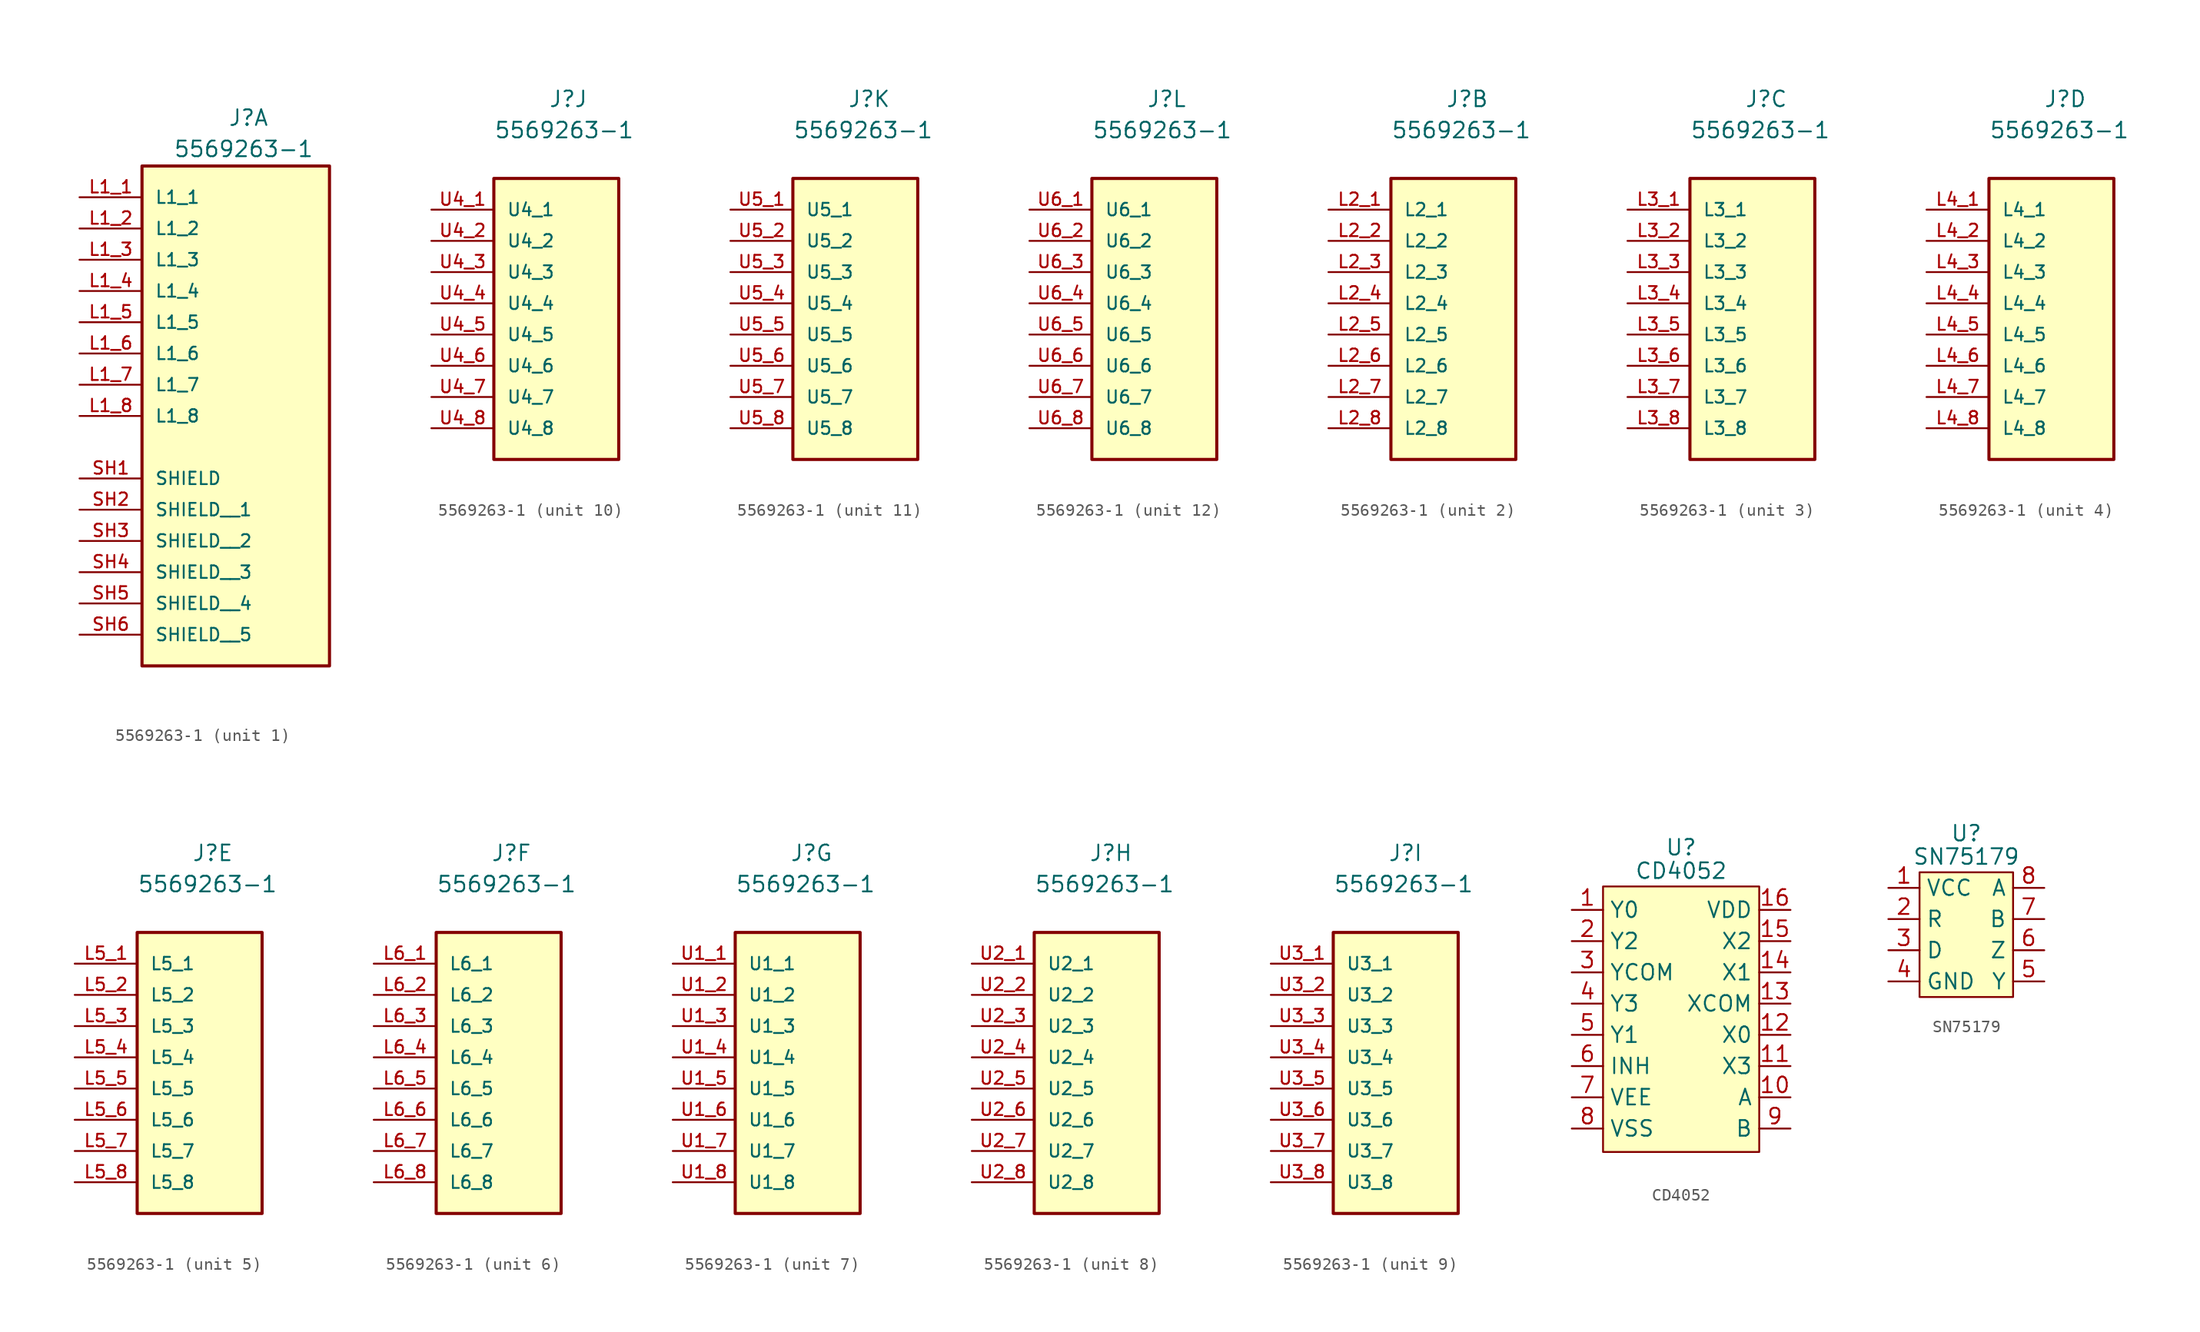
<source format=kicad_sym>
(kicad_symbol_lib
  (version 20220914)
  (generator kicad_symbol_editor)
  (symbol "5569263-1"
    (pin_names
      (offset 1.016))
    (property "Reference" "J"
      (at -0.635 15.875 0)
      (effects (font (size 1.27 1.27)) (justify left bottom)))
    (property "Value" "5569263-1"
      (at -5.08 13.335 0)
      (effects (font (size 1.27 1.27)) (justify left bottom)))
    (symbol "5569263-1_1_0"
      (rectangle (start -7.62 12.7) (end 7.62 -27.94) (stroke (width 0.254) (type default)) (fill (type background)))
      (pin passive line (at -12.7 10.16 0) (length 5.08) (name "L1_1" (effects (font (size 1.016 1.016)))) (number "L1_1" (effects (font (size 1.016 1.016)))))
      (pin passive line (at -12.7 7.62 0) (length 5.08) (name "L1_2" (effects (font (size 1.016 1.016)))) (number "L1_2" (effects (font (size 1.016 1.016)))))
      (pin passive line (at -12.7 5.08 0) (length 5.08) (name "L1_3" (effects (font (size 1.016 1.016)))) (number "L1_3" (effects (font (size 1.016 1.016)))))
      (pin passive line (at -12.7 2.54 0) (length 5.08) (name "L1_4" (effects (font (size 1.016 1.016)))) (number "L1_4" (effects (font (size 1.016 1.016)))))
      (pin passive line (at -12.7 0 0) (length 5.08) (name "L1_5" (effects (font (size 1.016 1.016)))) (number "L1_5" (effects (font (size 1.016 1.016)))))
      (pin passive line (at -12.7 -2.54 0) (length 5.08) (name "L1_6" (effects (font (size 1.016 1.016)))) (number "L1_6" (effects (font (size 1.016 1.016)))))
      (pin passive line (at -12.7 -5.08 0) (length 5.08) (name "L1_7" (effects (font (size 1.016 1.016)))) (number "L1_7" (effects (font (size 1.016 1.016)))))
      (pin passive line (at -12.7 -7.62 0) (length 5.08) (name "L1_8" (effects (font (size 1.016 1.016)))) (number "L1_8" (effects (font (size 1.016 1.016)))))
      (pin passive line (at -12.7 -12.7 0) (length 5.08) (name "SHIELD" (effects (font (size 1.016 1.016)))) (number "SH1" (effects (font (size 1.016 1.016)))))
      (pin passive line (at -12.7 -15.24 0) (length 5.08) (name "SHIELD__1" (effects (font (size 1.016 1.016)))) (number "SH2" (effects (font (size 1.016 1.016)))))
      (pin passive line (at -12.7 -17.78 0) (length 5.08) (name "SHIELD__2" (effects (font (size 1.016 1.016)))) (number "SH3" (effects (font (size 1.016 1.016)))))
      (pin passive line (at -12.7 -20.32 0) (length 5.08) (name "SHIELD__3" (effects (font (size 1.016 1.016)))) (number "SH4" (effects (font (size 1.016 1.016)))))
      (pin passive line (at -12.7 -22.86 0) (length 5.08) (name "SHIELD__4" (effects (font (size 1.016 1.016)))) (number "SH5" (effects (font (size 1.016 1.016)))))
      (pin passive line (at -12.7 -25.4 0) (length 5.08) (name "SHIELD__5" (effects (font (size 1.016 1.016)))) (number "SH6" (effects (font (size 1.016 1.016))))))
    (symbol "5569263-1_2_0"
      (rectangle (start -5.08 -12.7) (end 5.08 10.16) (stroke (width 0.254) (type default)) (fill (type background)))
      (pin passive line (at -10.16 7.62 0) (length 5.08) (name "L2_1" (effects (font (size 1.016 1.016)))) (number "L2_1" (effects (font (size 1.016 1.016)))))
      (pin passive line (at -10.16 5.08 0) (length 5.08) (name "L2_2" (effects (font (size 1.016 1.016)))) (number "L2_2" (effects (font (size 1.016 1.016)))))
      (pin passive line (at -10.16 2.54 0) (length 5.08) (name "L2_3" (effects (font (size 1.016 1.016)))) (number "L2_3" (effects (font (size 1.016 1.016)))))
      (pin passive line (at -10.16 0 0) (length 5.08) (name "L2_4" (effects (font (size 1.016 1.016)))) (number "L2_4" (effects (font (size 1.016 1.016)))))
      (pin passive line (at -10.16 -2.54 0) (length 5.08) (name "L2_5" (effects (font (size 1.016 1.016)))) (number "L2_5" (effects (font (size 1.016 1.016)))))
      (pin passive line (at -10.16 -5.08 0) (length 5.08) (name "L2_6" (effects (font (size 1.016 1.016)))) (number "L2_6" (effects (font (size 1.016 1.016)))))
      (pin passive line (at -10.16 -7.62 0) (length 5.08) (name "L2_7" (effects (font (size 1.016 1.016)))) (number "L2_7" (effects (font (size 1.016 1.016)))))
      (pin passive line (at -10.16 -10.16 0) (length 5.08) (name "L2_8" (effects (font (size 1.016 1.016)))) (number "L2_8" (effects (font (size 1.016 1.016))))))
    (symbol "5569263-1_3_0"
      (rectangle (start -5.08 -12.7) (end 5.08 10.16) (stroke (width 0.254) (type default)) (fill (type background)))
      (pin passive line (at -10.16 7.62 0) (length 5.08) (name "L3_1" (effects (font (size 1.016 1.016)))) (number "L3_1" (effects (font (size 1.016 1.016)))))
      (pin passive line (at -10.16 5.08 0) (length 5.08) (name "L3_2" (effects (font (size 1.016 1.016)))) (number "L3_2" (effects (font (size 1.016 1.016)))))
      (pin passive line (at -10.16 2.54 0) (length 5.08) (name "L3_3" (effects (font (size 1.016 1.016)))) (number "L3_3" (effects (font (size 1.016 1.016)))))
      (pin passive line (at -10.16 0 0) (length 5.08) (name "L3_4" (effects (font (size 1.016 1.016)))) (number "L3_4" (effects (font (size 1.016 1.016)))))
      (pin passive line (at -10.16 -2.54 0) (length 5.08) (name "L3_5" (effects (font (size 1.016 1.016)))) (number "L3_5" (effects (font (size 1.016 1.016)))))
      (pin passive line (at -10.16 -5.08 0) (length 5.08) (name "L3_6" (effects (font (size 1.016 1.016)))) (number "L3_6" (effects (font (size 1.016 1.016)))))
      (pin passive line (at -10.16 -7.62 0) (length 5.08) (name "L3_7" (effects (font (size 1.016 1.016)))) (number "L3_7" (effects (font (size 1.016 1.016)))))
      (pin passive line (at -10.16 -10.16 0) (length 5.08) (name "L3_8" (effects (font (size 1.016 1.016)))) (number "L3_8" (effects (font (size 1.016 1.016))))))
    (symbol "5569263-1_4_0"
      (rectangle (start -5.08 -12.7) (end 5.08 10.16) (stroke (width 0.254) (type default)) (fill (type background)))
      (pin passive line (at -10.16 7.62 0) (length 5.08) (name "L4_1" (effects (font (size 1.016 1.016)))) (number "L4_1" (effects (font (size 1.016 1.016)))))
      (pin passive line (at -10.16 5.08 0) (length 5.08) (name "L4_2" (effects (font (size 1.016 1.016)))) (number "L4_2" (effects (font (size 1.016 1.016)))))
      (pin passive line (at -10.16 2.54 0) (length 5.08) (name "L4_3" (effects (font (size 1.016 1.016)))) (number "L4_3" (effects (font (size 1.016 1.016)))))
      (pin passive line (at -10.16 0 0) (length 5.08) (name "L4_4" (effects (font (size 1.016 1.016)))) (number "L4_4" (effects (font (size 1.016 1.016)))))
      (pin passive line (at -10.16 -2.54 0) (length 5.08) (name "L4_5" (effects (font (size 1.016 1.016)))) (number "L4_5" (effects (font (size 1.016 1.016)))))
      (pin passive line (at -10.16 -5.08 0) (length 5.08) (name "L4_6" (effects (font (size 1.016 1.016)))) (number "L4_6" (effects (font (size 1.016 1.016)))))
      (pin passive line (at -10.16 -7.62 0) (length 5.08) (name "L4_7" (effects (font (size 1.016 1.016)))) (number "L4_7" (effects (font (size 1.016 1.016)))))
      (pin passive line (at -10.16 -10.16 0) (length 5.08) (name "L4_8" (effects (font (size 1.016 1.016)))) (number "L4_8" (effects (font (size 1.016 1.016))))))
    (symbol "5569263-1_5_0"
      (rectangle (start -5.08 -12.7) (end 5.08 10.16) (stroke (width 0.254) (type default)) (fill (type background)))
      (pin passive line (at -10.16 7.62 0) (length 5.08) (name "L5_1" (effects (font (size 1.016 1.016)))) (number "L5_1" (effects (font (size 1.016 1.016)))))
      (pin passive line (at -10.16 5.08 0) (length 5.08) (name "L5_2" (effects (font (size 1.016 1.016)))) (number "L5_2" (effects (font (size 1.016 1.016)))))
      (pin passive line (at -10.16 2.54 0) (length 5.08) (name "L5_3" (effects (font (size 1.016 1.016)))) (number "L5_3" (effects (font (size 1.016 1.016)))))
      (pin passive line (at -10.16 0 0) (length 5.08) (name "L5_4" (effects (font (size 1.016 1.016)))) (number "L5_4" (effects (font (size 1.016 1.016)))))
      (pin passive line (at -10.16 -2.54 0) (length 5.08) (name "L5_5" (effects (font (size 1.016 1.016)))) (number "L5_5" (effects (font (size 1.016 1.016)))))
      (pin passive line (at -10.16 -5.08 0) (length 5.08) (name "L5_6" (effects (font (size 1.016 1.016)))) (number "L5_6" (effects (font (size 1.016 1.016)))))
      (pin passive line (at -10.16 -7.62 0) (length 5.08) (name "L5_7" (effects (font (size 1.016 1.016)))) (number "L5_7" (effects (font (size 1.016 1.016)))))
      (pin passive line (at -10.16 -10.16 0) (length 5.08) (name "L5_8" (effects (font (size 1.016 1.016)))) (number "L5_8" (effects (font (size 1.016 1.016))))))
    (symbol "5569263-1_6_0"
      (rectangle (start -5.08 -12.7) (end 5.08 10.16) (stroke (width 0.254) (type default)) (fill (type background)))
      (pin passive line (at -10.16 7.62 0) (length 5.08) (name "L6_1" (effects (font (size 1.016 1.016)))) (number "L6_1" (effects (font (size 1.016 1.016)))))
      (pin passive line (at -10.16 5.08 0) (length 5.08) (name "L6_2" (effects (font (size 1.016 1.016)))) (number "L6_2" (effects (font (size 1.016 1.016)))))
      (pin passive line (at -10.16 2.54 0) (length 5.08) (name "L6_3" (effects (font (size 1.016 1.016)))) (number "L6_3" (effects (font (size 1.016 1.016)))))
      (pin passive line (at -10.16 0 0) (length 5.08) (name "L6_4" (effects (font (size 1.016 1.016)))) (number "L6_4" (effects (font (size 1.016 1.016)))))
      (pin passive line (at -10.16 -2.54 0) (length 5.08) (name "L6_5" (effects (font (size 1.016 1.016)))) (number "L6_5" (effects (font (size 1.016 1.016)))))
      (pin passive line (at -10.16 -5.08 0) (length 5.08) (name "L6_6" (effects (font (size 1.016 1.016)))) (number "L6_6" (effects (font (size 1.016 1.016)))))
      (pin passive line (at -10.16 -7.62 0) (length 5.08) (name "L6_7" (effects (font (size 1.016 1.016)))) (number "L6_7" (effects (font (size 1.016 1.016)))))
      (pin passive line (at -10.16 -10.16 0) (length 5.08) (name "L6_8" (effects (font (size 1.016 1.016)))) (number "L6_8" (effects (font (size 1.016 1.016))))))
    (symbol "5569263-1_7_0"
      (rectangle (start -5.08 -12.7) (end 5.08 10.16) (stroke (width 0.254) (type default)) (fill (type background)))
      (pin passive line (at -10.16 7.62 0) (length 5.08) (name "U1_1" (effects (font (size 1.016 1.016)))) (number "U1_1" (effects (font (size 1.016 1.016)))))
      (pin passive line (at -10.16 5.08 0) (length 5.08) (name "U1_2" (effects (font (size 1.016 1.016)))) (number "U1_2" (effects (font (size 1.016 1.016)))))
      (pin passive line (at -10.16 2.54 0) (length 5.08) (name "U1_3" (effects (font (size 1.016 1.016)))) (number "U1_3" (effects (font (size 1.016 1.016)))))
      (pin passive line (at -10.16 0 0) (length 5.08) (name "U1_4" (effects (font (size 1.016 1.016)))) (number "U1_4" (effects (font (size 1.016 1.016)))))
      (pin passive line (at -10.16 -2.54 0) (length 5.08) (name "U1_5" (effects (font (size 1.016 1.016)))) (number "U1_5" (effects (font (size 1.016 1.016)))))
      (pin passive line (at -10.16 -5.08 0) (length 5.08) (name "U1_6" (effects (font (size 1.016 1.016)))) (number "U1_6" (effects (font (size 1.016 1.016)))))
      (pin passive line (at -10.16 -7.62 0) (length 5.08) (name "U1_7" (effects (font (size 1.016 1.016)))) (number "U1_7" (effects (font (size 1.016 1.016)))))
      (pin passive line (at -10.16 -10.16 0) (length 5.08) (name "U1_8" (effects (font (size 1.016 1.016)))) (number "U1_8" (effects (font (size 1.016 1.016))))))
    (symbol "5569263-1_8_0"
      (rectangle (start -5.08 -12.7) (end 5.08 10.16) (stroke (width 0.254) (type default)) (fill (type background)))
      (pin passive line (at -10.16 7.62 0) (length 5.08) (name "U2_1" (effects (font (size 1.016 1.016)))) (number "U2_1" (effects (font (size 1.016 1.016)))))
      (pin passive line (at -10.16 5.08 0) (length 5.08) (name "U2_2" (effects (font (size 1.016 1.016)))) (number "U2_2" (effects (font (size 1.016 1.016)))))
      (pin passive line (at -10.16 2.54 0) (length 5.08) (name "U2_3" (effects (font (size 1.016 1.016)))) (number "U2_3" (effects (font (size 1.016 1.016)))))
      (pin passive line (at -10.16 0 0) (length 5.08) (name "U2_4" (effects (font (size 1.016 1.016)))) (number "U2_4" (effects (font (size 1.016 1.016)))))
      (pin passive line (at -10.16 -2.54 0) (length 5.08) (name "U2_5" (effects (font (size 1.016 1.016)))) (number "U2_5" (effects (font (size 1.016 1.016)))))
      (pin passive line (at -10.16 -5.08 0) (length 5.08) (name "U2_6" (effects (font (size 1.016 1.016)))) (number "U2_6" (effects (font (size 1.016 1.016)))))
      (pin passive line (at -10.16 -7.62 0) (length 5.08) (name "U2_7" (effects (font (size 1.016 1.016)))) (number "U2_7" (effects (font (size 1.016 1.016)))))
      (pin passive line (at -10.16 -10.16 0) (length 5.08) (name "U2_8" (effects (font (size 1.016 1.016)))) (number "U2_8" (effects (font (size 1.016 1.016))))))
    (symbol "5569263-1_9_0"
      (rectangle (start -5.08 -12.7) (end 5.08 10.16) (stroke (width 0.254) (type default)) (fill (type background)))
      (pin passive line (at -10.16 7.62 0) (length 5.08) (name "U3_1" (effects (font (size 1.016 1.016)))) (number "U3_1" (effects (font (size 1.016 1.016)))))
      (pin passive line (at -10.16 5.08 0) (length 5.08) (name "U3_2" (effects (font (size 1.016 1.016)))) (number "U3_2" (effects (font (size 1.016 1.016)))))
      (pin passive line (at -10.16 2.54 0) (length 5.08) (name "U3_3" (effects (font (size 1.016 1.016)))) (number "U3_3" (effects (font (size 1.016 1.016)))))
      (pin passive line (at -10.16 0 0) (length 5.08) (name "U3_4" (effects (font (size 1.016 1.016)))) (number "U3_4" (effects (font (size 1.016 1.016)))))
      (pin passive line (at -10.16 -2.54 0) (length 5.08) (name "U3_5" (effects (font (size 1.016 1.016)))) (number "U3_5" (effects (font (size 1.016 1.016)))))
      (pin passive line (at -10.16 -5.08 0) (length 5.08) (name "U3_6" (effects (font (size 1.016 1.016)))) (number "U3_6" (effects (font (size 1.016 1.016)))))
      (pin passive line (at -10.16 -7.62 0) (length 5.08) (name "U3_7" (effects (font (size 1.016 1.016)))) (number "U3_7" (effects (font (size 1.016 1.016)))))
      (pin passive line (at -10.16 -10.16 0) (length 5.08) (name "U3_8" (effects (font (size 1.016 1.016)))) (number "U3_8" (effects (font (size 1.016 1.016))))))
    (symbol "5569263-1_10_0"
      (rectangle (start -5.08 -12.7) (end 5.08 10.16) (stroke (width 0.254) (type default)) (fill (type background)))
      (pin passive line (at -10.16 7.62 0) (length 5.08) (name "U4_1" (effects (font (size 1.016 1.016)))) (number "U4_1" (effects (font (size 1.016 1.016)))))
      (pin passive line (at -10.16 5.08 0) (length 5.08) (name "U4_2" (effects (font (size 1.016 1.016)))) (number "U4_2" (effects (font (size 1.016 1.016)))))
      (pin passive line (at -10.16 2.54 0) (length 5.08) (name "U4_3" (effects (font (size 1.016 1.016)))) (number "U4_3" (effects (font (size 1.016 1.016)))))
      (pin passive line (at -10.16 0 0) (length 5.08) (name "U4_4" (effects (font (size 1.016 1.016)))) (number "U4_4" (effects (font (size 1.016 1.016)))))
      (pin passive line (at -10.16 -2.54 0) (length 5.08) (name "U4_5" (effects (font (size 1.016 1.016)))) (number "U4_5" (effects (font (size 1.016 1.016)))))
      (pin passive line (at -10.16 -5.08 0) (length 5.08) (name "U4_6" (effects (font (size 1.016 1.016)))) (number "U4_6" (effects (font (size 1.016 1.016)))))
      (pin passive line (at -10.16 -7.62 0) (length 5.08) (name "U4_7" (effects (font (size 1.016 1.016)))) (number "U4_7" (effects (font (size 1.016 1.016)))))
      (pin passive line (at -10.16 -10.16 0) (length 5.08) (name "U4_8" (effects (font (size 1.016 1.016)))) (number "U4_8" (effects (font (size 1.016 1.016))))))
    (symbol "5569263-1_11_0"
      (rectangle (start -5.08 -12.7) (end 5.08 10.16) (stroke (width 0.254) (type default)) (fill (type background)))
      (pin passive line (at -10.16 7.62 0) (length 5.08) (name "U5_1" (effects (font (size 1.016 1.016)))) (number "U5_1" (effects (font (size 1.016 1.016)))))
      (pin passive line (at -10.16 5.08 0) (length 5.08) (name "U5_2" (effects (font (size 1.016 1.016)))) (number "U5_2" (effects (font (size 1.016 1.016)))))
      (pin passive line (at -10.16 2.54 0) (length 5.08) (name "U5_3" (effects (font (size 1.016 1.016)))) (number "U5_3" (effects (font (size 1.016 1.016)))))
      (pin passive line (at -10.16 0 0) (length 5.08) (name "U5_4" (effects (font (size 1.016 1.016)))) (number "U5_4" (effects (font (size 1.016 1.016)))))
      (pin passive line (at -10.16 -2.54 0) (length 5.08) (name "U5_5" (effects (font (size 1.016 1.016)))) (number "U5_5" (effects (font (size 1.016 1.016)))))
      (pin passive line (at -10.16 -5.08 0) (length 5.08) (name "U5_6" (effects (font (size 1.016 1.016)))) (number "U5_6" (effects (font (size 1.016 1.016)))))
      (pin passive line (at -10.16 -7.62 0) (length 5.08) (name "U5_7" (effects (font (size 1.016 1.016)))) (number "U5_7" (effects (font (size 1.016 1.016)))))
      (pin passive line (at -10.16 -10.16 0) (length 5.08) (name "U5_8" (effects (font (size 1.016 1.016)))) (number "U5_8" (effects (font (size 1.016 1.016))))))
    (symbol "5569263-1_12_0"
      (rectangle (start -5.08 -12.7) (end 5.08 10.16) (stroke (width 0.254) (type default)) (fill (type background)))
      (pin passive line (at -10.16 7.62 0) (length 5.08) (name "U6_1" (effects (font (size 1.016 1.016)))) (number "U6_1" (effects (font (size 1.016 1.016)))))
      (pin passive line (at -10.16 5.08 0) (length 5.08) (name "U6_2" (effects (font (size 1.016 1.016)))) (number "U6_2" (effects (font (size 1.016 1.016)))))
      (pin passive line (at -10.16 2.54 0) (length 5.08) (name "U6_3" (effects (font (size 1.016 1.016)))) (number "U6_3" (effects (font (size 1.016 1.016)))))
      (pin passive line (at -10.16 0 0) (length 5.08) (name "U6_4" (effects (font (size 1.016 1.016)))) (number "U6_4" (effects (font (size 1.016 1.016)))))
      (pin passive line (at -10.16 -2.54 0) (length 5.08) (name "U6_5" (effects (font (size 1.016 1.016)))) (number "U6_5" (effects (font (size 1.016 1.016)))))
      (pin passive line (at -10.16 -5.08 0) (length 5.08) (name "U6_6" (effects (font (size 1.016 1.016)))) (number "U6_6" (effects (font (size 1.016 1.016)))))
      (pin passive line (at -10.16 -7.62 0) (length 5.08) (name "U6_7" (effects (font (size 1.016 1.016)))) (number "U6_7" (effects (font (size 1.016 1.016)))))
      (pin passive line (at -10.16 -10.16 0) (length 5.08) (name "U6_8" (effects (font (size 1.016 1.016)))) (number "U6_8" (effects (font (size 1.016 1.016)))))))
  (symbol "CD4052"
    (property "Reference" "U"
      (at 0 13.97 0)
      (effects (font (size 1.27 1.27))))
    (property "Value" "CD4052"
      (at 0 12.065 0)
      (effects (font (size 1.27 1.27))))
    (symbol "CD4052_1_1"
      (rectangle (start -6.35 10.795) (end 6.35 -10.795) (stroke (width 0) (type default)) (fill (type background)))
      (pin bidirectional line (at -8.89 8.89 0) (length 2.54) (name "Y0" (effects (font (size 1.27 1.27)))) (number "1" (effects (font (size 1.27 1.27)))))
      (pin bidirectional line (at 8.89 -6.35 180) (length 2.54) (name "A" (effects (font (size 1.27 1.27)))) (number "10" (effects (font (size 1.27 1.27)))))
      (pin bidirectional line (at 8.89 -3.81 180) (length 2.54) (name "X3" (effects (font (size 1.27 1.27)))) (number "11" (effects (font (size 1.27 1.27)))))
      (pin bidirectional line (at 8.89 -1.27 180) (length 2.54) (name "X0" (effects (font (size 1.27 1.27)))) (number "12" (effects (font (size 1.27 1.27)))))
      (pin bidirectional line (at 8.89 1.27 180) (length 2.54) (name "XCOM" (effects (font (size 1.27 1.27)))) (number "13" (effects (font (size 1.27 1.27)))))
      (pin bidirectional line (at 8.89 3.81 180) (length 2.54) (name "X1" (effects (font (size 1.27 1.27)))) (number "14" (effects (font (size 1.27 1.27)))))
      (pin bidirectional line (at 8.89 6.35 180) (length 2.54) (name "X2" (effects (font (size 1.27 1.27)))) (number "15" (effects (font (size 1.27 1.27)))))
      (pin power_in line (at 8.89 8.89 180) (length 2.54) (name "VDD" (effects (font (size 1.27 1.27)))) (number "16" (effects (font (size 1.27 1.27)))))
      (pin bidirectional line (at -8.89 6.35 0) (length 2.54) (name "Y2" (effects (font (size 1.27 1.27)))) (number "2" (effects (font (size 1.27 1.27)))))
      (pin bidirectional line (at -8.89 3.81 0) (length 2.54) (name "YCOM" (effects (font (size 1.27 1.27)))) (number "3" (effects (font (size 1.27 1.27)))))
      (pin bidirectional line (at -8.89 1.27 0) (length 2.54) (name "Y3" (effects (font (size 1.27 1.27)))) (number "4" (effects (font (size 1.27 1.27)))))
      (pin bidirectional line (at -8.89 -1.27 0) (length 2.54) (name "Y1" (effects (font (size 1.27 1.27)))) (number "5" (effects (font (size 1.27 1.27)))))
      (pin input line (at -8.89 -3.81 0) (length 2.54) (name "INH" (effects (font (size 1.27 1.27)))) (number "6" (effects (font (size 1.27 1.27)))))
      (pin power_in line (at -8.89 -6.35 0) (length 2.54) (name "VEE" (effects (font (size 1.27 1.27)))) (number "7" (effects (font (size 1.27 1.27)))))
      (pin power_in line (at -8.89 -8.89 0) (length 2.54) (name "VSS" (effects (font (size 1.27 1.27)))) (number "8" (effects (font (size 1.27 1.27)))))
      (pin bidirectional line (at 8.89 -8.89 180) (length 2.54) (name "B" (effects (font (size 1.27 1.27)))) (number "9" (effects (font (size 1.27 1.27)))))))
  (symbol "SN75179"
    (property "Reference" "U"
      (at 0 8.255 0)
      (effects (font (size 1.27 1.27))))
    (property "Value" "SN75179"
      (at 0 6.35 0)
      (effects (font (size 1.27 1.27))))
    (symbol "SN75179_1_1"
      (rectangle (start -3.81 5.08) (end 3.81 -5.08) (stroke (width 0) (type default)) (fill (type background)))
      (pin power_out line (at -6.35 3.81 0) (length 2.54) (name "VCC" (effects (font (size 1.27 1.27)))) (number "1" (effects (font (size 1.27 1.27)))))
      (pin output line (at -6.35 1.27 0) (length 2.54) (name "R" (effects (font (size 1.27 1.27)))) (number "2" (effects (font (size 1.27 1.27)))))
      (pin input line (at -6.35 -1.27 0) (length 2.54) (name "D" (effects (font (size 1.27 1.27)))) (number "3" (effects (font (size 1.27 1.27)))))
      (pin power_in line (at -6.35 -3.81 0) (length 2.54) (name "GND" (effects (font (size 1.27 1.27)))) (number "4" (effects (font (size 1.27 1.27)))))
      (pin output line (at 6.35 -3.81 180) (length 2.54) (name "Y" (effects (font (size 1.27 1.27)))) (number "5" (effects (font (size 1.27 1.27)))))
      (pin output line (at 6.35 -1.27 180) (length 2.54) (name "Z" (effects (font (size 1.27 1.27)))) (number "6" (effects (font (size 1.27 1.27)))))
      (pin input line (at 6.35 1.27 180) (length 2.54) (name "B" (effects (font (size 1.27 1.27)))) (number "7" (effects (font (size 1.27 1.27)))))
      (pin input line (at 6.35 3.81 180) (length 2.54) (name "A" (effects (font (size 1.27 1.27)))) (number "8" (effects (font (size 1.27 1.27))))))))
</source>
